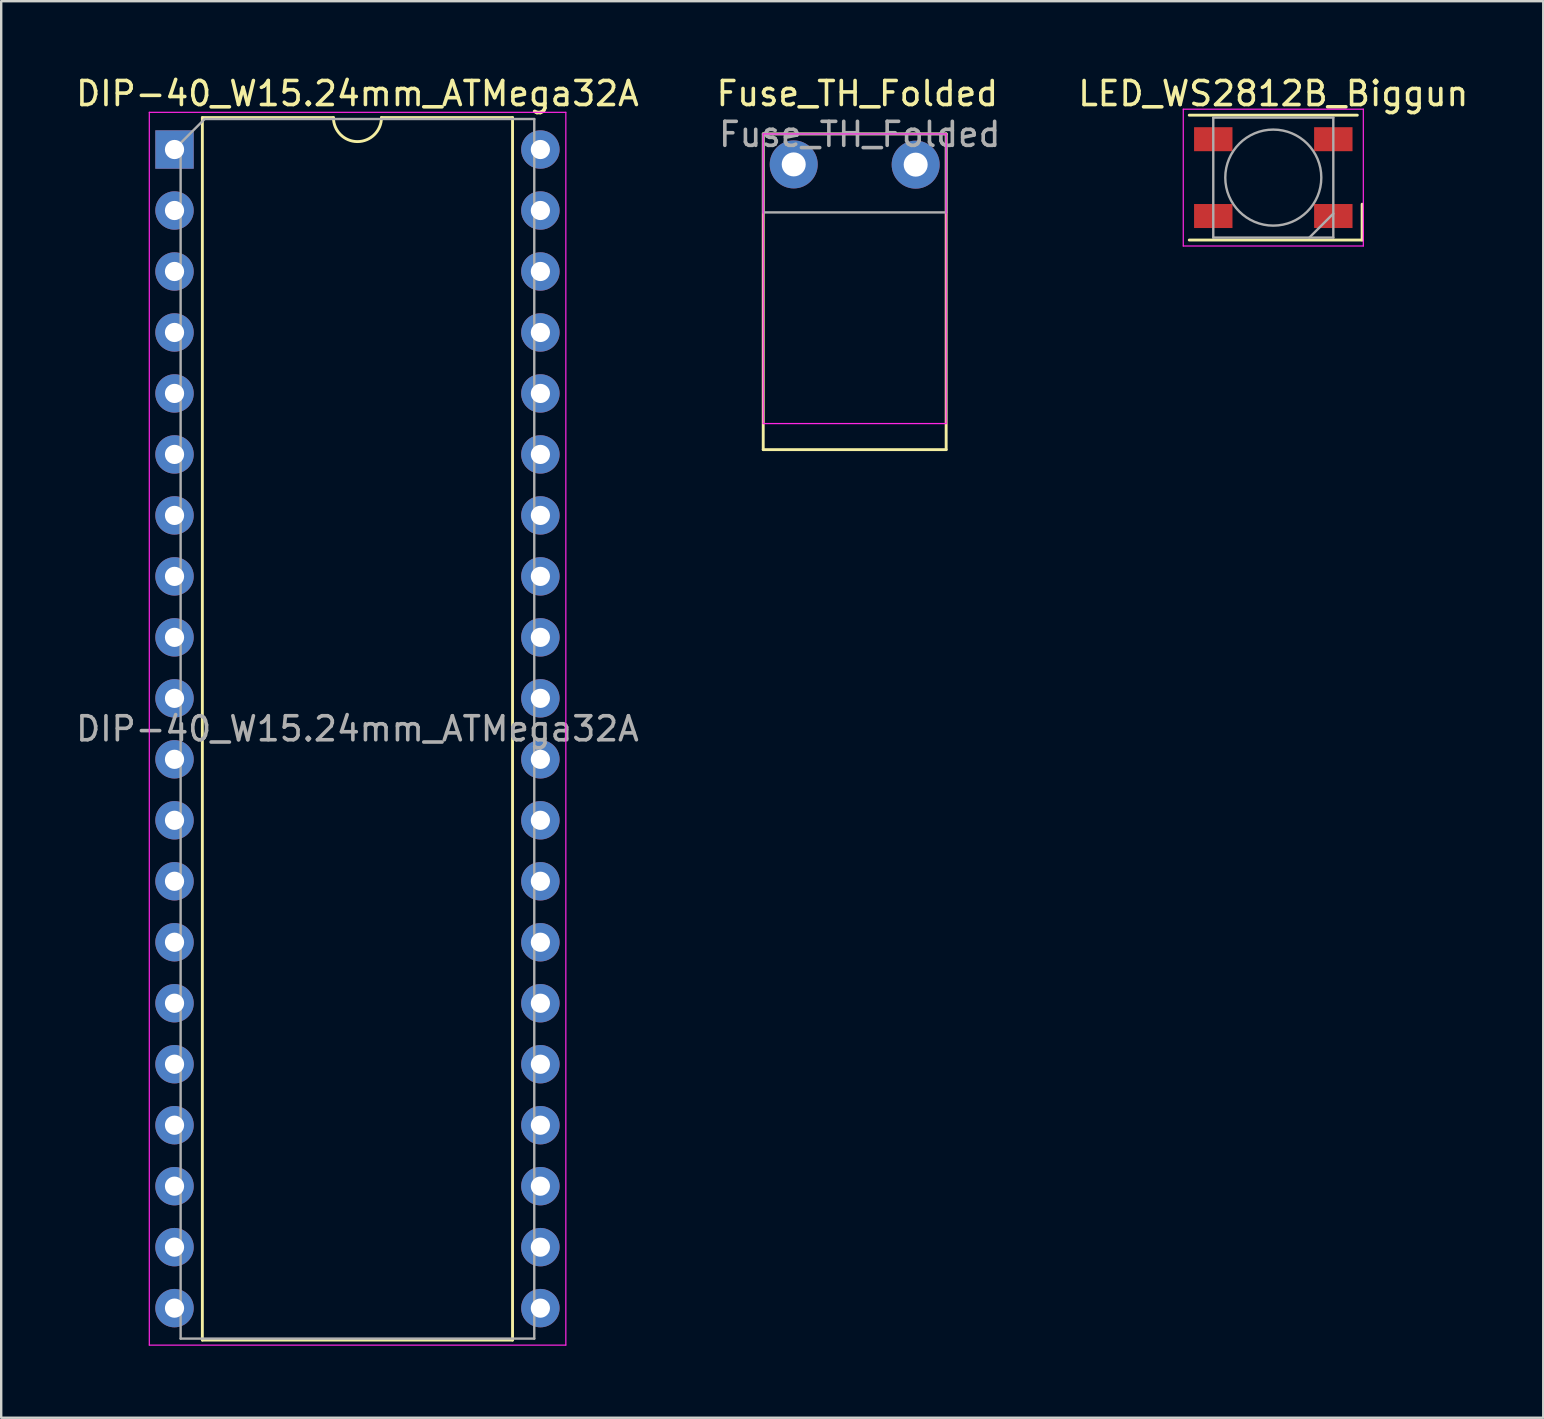
<source format=kicad_pcb>
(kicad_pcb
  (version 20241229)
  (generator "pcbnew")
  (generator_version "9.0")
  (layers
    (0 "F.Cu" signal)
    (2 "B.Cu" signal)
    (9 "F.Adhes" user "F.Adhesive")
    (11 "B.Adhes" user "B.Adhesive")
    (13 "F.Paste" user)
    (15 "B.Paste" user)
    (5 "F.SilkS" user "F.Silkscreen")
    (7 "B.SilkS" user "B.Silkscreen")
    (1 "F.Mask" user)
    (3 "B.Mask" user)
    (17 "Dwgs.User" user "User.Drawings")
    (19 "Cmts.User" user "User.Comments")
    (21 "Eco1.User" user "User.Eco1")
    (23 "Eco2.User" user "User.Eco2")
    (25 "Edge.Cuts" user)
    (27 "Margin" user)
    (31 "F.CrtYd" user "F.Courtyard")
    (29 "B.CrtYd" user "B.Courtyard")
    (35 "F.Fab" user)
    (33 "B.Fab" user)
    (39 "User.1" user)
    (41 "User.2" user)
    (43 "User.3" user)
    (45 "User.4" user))
  (footprint "Fuse_TH_Folded"
    (layer "F.Cu")
    (at 30.011 3.798)
    (property "Reference" "Fuse_TH_Folded" (at 2.65 -2.95 0) (layer "F.SilkS") (effects (font (size 1 1) (thickness 0.15))))
    (attr through_hole)
    (fp_line (start -1.27 -1.27) (end -1.27 11.88) (stroke (width 0.12) (type solid)) (layer "F.SilkS"))
    (fp_line (start -1.27 -1.27) (end 6.35 -1.27) (stroke (width 0.12) (type solid)) (layer "F.SilkS"))
    (fp_line (start 6.35 11.88) (end -1.27 11.88) (stroke (width 0.12) (type solid)) (layer "F.SilkS"))
    (fp_line (start 6.35 11.88) (end 6.35 -1.27) (stroke (width 0.12) (type solid)) (layer "F.SilkS"))
    (fp_line (start -1.27 -1.27) (end -1.27 10.795) (stroke (width 0.05) (type solid)) (layer "F.CrtYd"))
    (fp_line (start -1.27 -1.27) (end 6.35 -1.27) (stroke (width 0.05) (type solid)) (layer "F.CrtYd"))
    (fp_line (start 6.35 10.795) (end -1.27 10.795) (stroke (width 0.05) (type solid)) (layer "F.CrtYd"))
    (fp_line (start 6.35 10.795) (end 6.35 -1.27) (stroke (width 0.05) (type solid)) (layer "F.CrtYd"))
    (fp_line (start -1.27 -1.27) (end -1.27 2) (stroke (width 0.1) (type solid)) (layer "F.Fab"))
    (fp_line (start -1.27 2) (end 6.35 2) (stroke (width 0.1) (type solid)) (layer "F.Fab"))
    (fp_line (start 6.35 -1.27) (end -1.27 -1.27) (stroke (width 0.1) (type solid)) (layer "F.Fab"))
    (fp_line (start 6.35 2) (end 6.35 -1.27) (stroke (width 0.1) (type solid)) (layer "F.Fab"))
    (fp_text user "${REFERENCE}" (at 2.75 -1.25 0) (layer "F.Fab") (effects (font (size 1 1) (thickness 0.15))))
    (pad "1" thru_hole circle (at 5.08 0.01) (size 2 2) (drill 1) (layers "*.Cu" "*.Mask"))
    (pad "2" thru_hole circle (at 0 0 180) (size 2 2) (drill 1) (layers "*.Cu" "*.Mask")))
  (footprint "LED_WS2812B_Biggun"
    (layer "F.Cu")
    (at 49.987 4.348)
    (property "Reference" "LED_WS2812B_Biggun" (at 0 -3.5 0) (layer "F.SilkS") (effects (font (size 1 1) (thickness 0.15))))
    (attr smd)
    (fp_line (start -3.5 -2.6) (end 3.5 -2.6) (stroke (width 0.12) (type solid)) (layer "F.SilkS"))
    (fp_line (start -3.5 2.6) (end 3.7 2.6) (stroke (width 0.12) (type solid)) (layer "F.SilkS"))
    (fp_line (start 3.7 2.6) (end 3.7 1.107) (stroke (width 0.12) (type solid)) (layer "F.SilkS"))
    (fp_line (start -3.75 -2.85) (end -3.75 2.85) (stroke (width 0.05) (type solid)) (layer "F.CrtYd"))
    (fp_line (start -3.75 2.85) (end 3.75 2.85) (stroke (width 0.05) (type solid)) (layer "F.CrtYd"))
    (fp_line (start 3.75 -2.85) (end -3.75 -2.85) (stroke (width 0.05) (type solid)) (layer "F.CrtYd"))
    (fp_line (start 3.75 2.85) (end 3.75 -2.85) (stroke (width 0.05) (type solid)) (layer "F.CrtYd"))
    (fp_line (start -2.5 -2.5) (end -2.5 2.5) (stroke (width 0.1) (type solid)) (layer "F.Fab"))
    (fp_line (start -2.5 2.5) (end 2.5 2.5) (stroke (width 0.1) (type solid)) (layer "F.Fab"))
    (fp_line (start 2.5 -2.5) (end -2.5 -2.5) (stroke (width 0.1) (type solid)) (layer "F.Fab"))
    (fp_line (start 2.5 1.5) (end 1.5 2.5) (stroke (width 0.1) (type solid)) (layer "F.Fab"))
    (fp_line (start 2.5 2.5) (end 2.5 -2.5) (stroke (width 0.1) (type solid)) (layer "F.Fab"))
    (fp_circle (center 0 0) (end 0 -2) (stroke (width 0.1) (type solid)) (fill no) (layer "F.Fab"))
    (pad "1" smd rect (at -2.5 -1.6) (size 1.6 1) (layers "F.Cu" "F.Mask" "F.Paste"))
    (pad "2" smd rect (at -2.5 1.6) (size 1.6 1) (layers "F.Cu" "F.Mask" "F.Paste"))
    (pad "3" smd rect (at 2.5 1.6) (size 1.6 1) (layers "F.Cu" "F.Mask" "F.Paste"))
    (pad "4" smd rect (at 2.5 -1.6) (size 1.6 1) (layers "F.Cu" "F.Mask" "F.Paste")))
  (footprint "DIP-40_W15.24mm_ATMega32A"
    (layer "F.Cu")
    (at 11.839 27.308)
    (property "Reference" "DIP-40_W15.24mm_ATMega32A" (at 0 -26.46 0) (layer "F.SilkS") (effects (font (size 1 1) (thickness 0.15))))
    (attr through_hole)
    (fp_line (start -6.46 -25.46) (end -6.46 25.46) (stroke (width 0.12) (type solid)) (layer "F.SilkS"))
    (fp_line (start -6.46 25.46) (end 6.46 25.46) (stroke (width 0.12) (type solid)) (layer "F.SilkS"))
    (fp_line (start -1 -25.46) (end -6.46 -25.46) (stroke (width 0.12) (type solid)) (layer "F.SilkS"))
    (fp_line (start 6.46 -25.46) (end 1 -25.46) (stroke (width 0.12) (type solid)) (layer "F.SilkS"))
    (fp_line (start 6.46 25.46) (end 6.46 -25.46) (stroke (width 0.12) (type solid)) (layer "F.SilkS"))
    (fp_arc (start 1 -25.46) (mid 0 -24.46) (end -1 -25.46) (stroke (width 0.12) (type solid)) (layer "F.SilkS"))
    (fp_line (start -8.67 -25.68) (end -8.67 25.67) (stroke (width 0.05) (type solid)) (layer "F.CrtYd"))
    (fp_line (start -8.67 25.67) (end 8.68 25.67) (stroke (width 0.05) (type solid)) (layer "F.CrtYd"))
    (fp_line (start 8.68 -25.68) (end -8.67 -25.68) (stroke (width 0.05) (type solid)) (layer "F.CrtYd"))
    (fp_line (start 8.68 25.67) (end 8.68 -25.68) (stroke (width 0.05) (type solid)) (layer "F.CrtYd"))
    (fp_line (start -7.365 -24.4) (end -6.365 -25.4) (stroke (width 0.1) (type solid)) (layer "F.Fab"))
    (fp_line (start -7.365 25.4) (end -7.365 -24.4) (stroke (width 0.1) (type solid)) (layer "F.Fab"))
    (fp_line (start -6.365 -25.4) (end 7.365 -25.4) (stroke (width 0.1) (type solid)) (layer "F.Fab"))
    (fp_line (start 7.365 -25.4) (end 7.365 25.4) (stroke (width 0.1) (type solid)) (layer "F.Fab"))
    (fp_line (start 7.365 25.4) (end -7.365 25.4) (stroke (width 0.1) (type solid)) (layer "F.Fab"))
    (fp_text user "${REFERENCE}" (at 0 0 0) (layer "F.Fab") (effects (font (size 1 1) (thickness 0.15))))
    (pad "1" thru_hole rect (at -7.62 -24.13) (size 1.6 1.6) (drill 0.8) (layers "*.Cu" "*.Mask"))
    (pad "2" thru_hole oval (at -7.62 -21.59) (size 1.6 1.6) (drill 0.8) (layers "*.Cu" "*.Mask"))
    (pad "3" thru_hole oval (at -7.62 -19.05) (size 1.6 1.6) (drill 0.8) (layers "*.Cu" "*.Mask"))
    (pad "4" thru_hole oval (at -7.62 -16.51) (size 1.6 1.6) (drill 0.8) (layers "*.Cu" "*.Mask"))
    (pad "5" thru_hole oval (at -7.62 -13.97) (size 1.6 1.6) (drill 0.8) (layers "*.Cu" "*.Mask"))
    (pad "6" thru_hole oval (at -7.62 -11.43) (size 1.6 1.6) (drill 0.8) (layers "*.Cu" "*.Mask"))
    (pad "7" thru_hole oval (at -7.62 -8.89) (size 1.6 1.6) (drill 0.8) (layers "*.Cu" "*.Mask"))
    (pad "8" thru_hole oval (at -7.62 -6.35) (size 1.6 1.6) (drill 0.8) (layers "*.Cu" "*.Mask"))
    (pad "9" thru_hole oval (at -7.62 -3.81) (size 1.6 1.6) (drill 0.8) (layers "*.Cu" "*.Mask"))
    (pad "10" thru_hole oval (at -7.62 -1.27) (size 1.6 1.6) (drill 0.8) (layers "*.Cu" "*.Mask"))
    (pad "11" thru_hole oval (at -7.62 1.27) (size 1.6 1.6) (drill 0.8) (layers "*.Cu" "*.Mask"))
    (pad "12" thru_hole oval (at -7.62 3.81) (size 1.6 1.6) (drill 0.8) (layers "*.Cu" "*.Mask"))
    (pad "13" thru_hole oval (at -7.62 6.35) (size 1.6 1.6) (drill 0.8) (layers "*.Cu" "*.Mask"))
    (pad "14" thru_hole oval (at -7.62 8.89) (size 1.6 1.6) (drill 0.8) (layers "*.Cu" "*.Mask"))
    (pad "15" thru_hole oval (at -7.62 11.43) (size 1.6 1.6) (drill 0.8) (layers "*.Cu" "*.Mask"))
    (pad "16" thru_hole oval (at -7.62 13.97) (size 1.6 1.6) (drill 0.8) (layers "*.Cu" "*.Mask"))
    (pad "17" thru_hole oval (at -7.62 16.51) (size 1.6 1.6) (drill 0.8) (layers "*.Cu" "*.Mask"))
    (pad "18" thru_hole oval (at -7.62 19.05) (size 1.6 1.6) (drill 0.8) (layers "*.Cu" "*.Mask"))
    (pad "19" thru_hole oval (at -7.62 21.59) (size 1.6 1.6) (drill 0.8) (layers "*.Cu" "*.Mask"))
    (pad "20" thru_hole oval (at -7.62 24.13) (size 1.6 1.6) (drill 0.8) (layers "*.Cu" "*.Mask"))
    (pad "21" thru_hole oval (at 7.62 24.13) (size 1.6 1.6) (drill 0.8) (layers "*.Cu" "*.Mask"))
    (pad "22" thru_hole oval (at 7.62 21.59) (size 1.6 1.6) (drill 0.8) (layers "*.Cu" "*.Mask"))
    (pad "23" thru_hole oval (at 7.62 19.05) (size 1.6 1.6) (drill 0.8) (layers "*.Cu" "*.Mask"))
    (pad "24" thru_hole oval (at 7.62 16.51) (size 1.6 1.6) (drill 0.8) (layers "*.Cu" "*.Mask"))
    (pad "25" thru_hole oval (at 7.62 13.97) (size 1.6 1.6) (drill 0.8) (layers "*.Cu" "*.Mask"))
    (pad "26" thru_hole oval (at 7.62 11.43) (size 1.6 1.6) (drill 0.8) (layers "*.Cu" "*.Mask"))
    (pad "27" thru_hole oval (at 7.62 8.89) (size 1.6 1.6) (drill 0.8) (layers "*.Cu" "*.Mask"))
    (pad "28" thru_hole oval (at 7.62 6.35) (size 1.6 1.6) (drill 0.8) (layers "*.Cu" "*.Mask"))
    (pad "29" thru_hole oval (at 7.62 3.81) (size 1.6 1.6) (drill 0.8) (layers "*.Cu" "*.Mask"))
    (pad "30" thru_hole oval (at 7.62 1.27) (size 1.6 1.6) (drill 0.8) (layers "*.Cu" "*.Mask"))
    (pad "31" thru_hole oval (at 7.62 -1.27) (size 1.6 1.6) (drill 0.8) (layers "*.Cu" "*.Mask"))
    (pad "32" thru_hole oval (at 7.62 -3.81) (size 1.6 1.6) (drill 0.8) (layers "*.Cu" "*.Mask"))
    (pad "33" thru_hole oval (at 7.62 -6.35) (size 1.6 1.6) (drill 0.8) (layers "*.Cu" "*.Mask"))
    (pad "34" thru_hole oval (at 7.62 -8.89) (size 1.6 1.6) (drill 0.8) (layers "*.Cu" "*.Mask"))
    (pad "35" thru_hole oval (at 7.62 -11.43) (size 1.6 1.6) (drill 0.8) (layers "*.Cu" "*.Mask"))
    (pad "36" thru_hole oval (at 7.62 -13.97) (size 1.6 1.6) (drill 0.8) (layers "*.Cu" "*.Mask"))
    (pad "37" thru_hole oval (at 7.62 -16.51) (size 1.6 1.6) (drill 0.8) (layers "*.Cu" "*.Mask"))
    (pad "38" thru_hole oval (at 7.62 -19.05) (size 1.6 1.6) (drill 0.8) (layers "*.Cu" "*.Mask"))
    (pad "39" thru_hole oval (at 7.62 -21.59) (size 1.6 1.6) (drill 0.8) (layers "*.Cu" "*.Mask"))
    (pad "40" thru_hole oval (at 7.62 -24.13) (size 1.6 1.6) (drill 0.8) (layers "*.Cu" "*.Mask")))
  (gr_rect
    (start -3 -3)
    (end 61.231 56.003)
    (stroke (width 0.1) (type default))
    (fill no)
    (layer "Edge.Cuts")))
</source>
